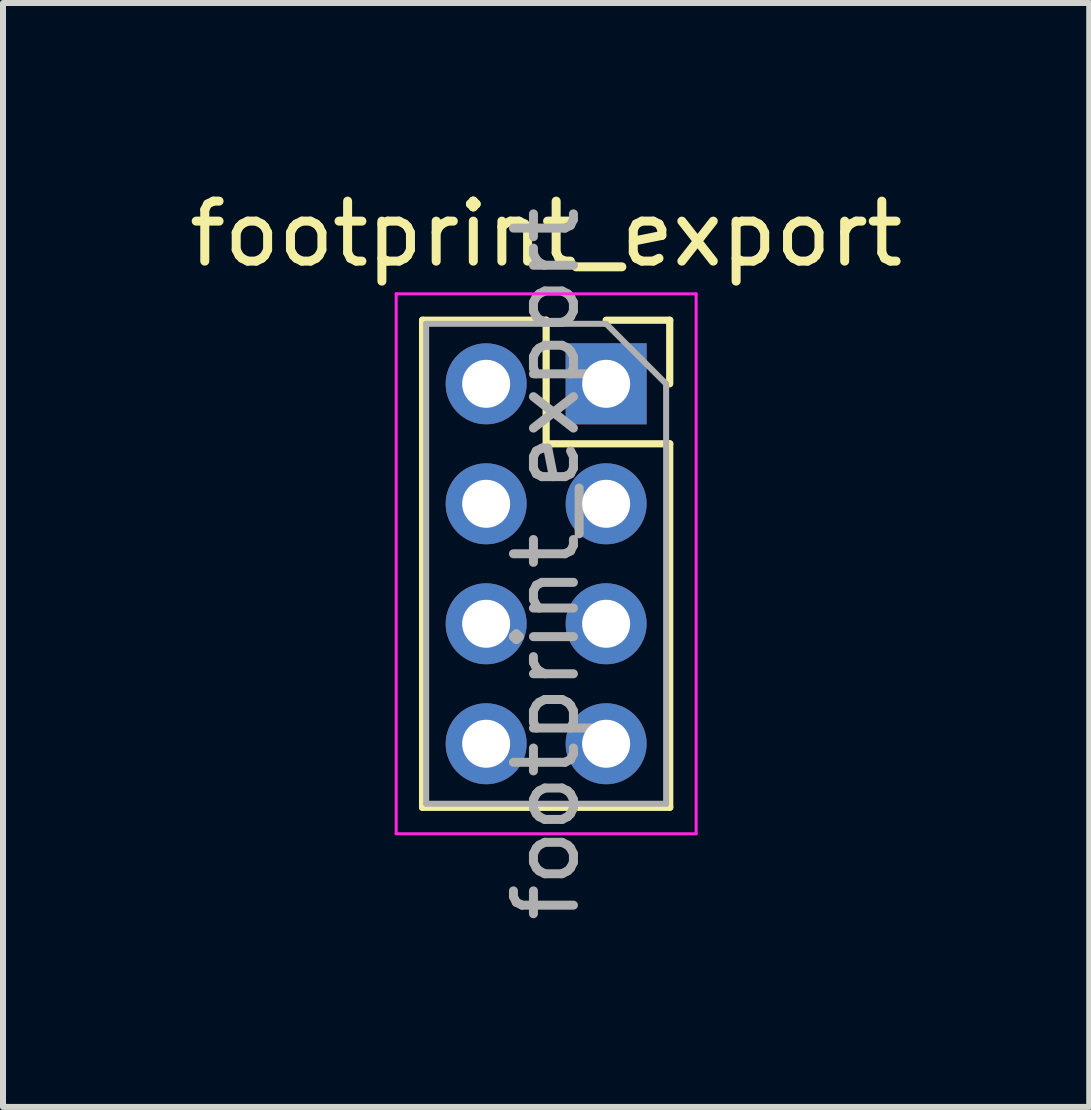
<source format=kicad_pcb>
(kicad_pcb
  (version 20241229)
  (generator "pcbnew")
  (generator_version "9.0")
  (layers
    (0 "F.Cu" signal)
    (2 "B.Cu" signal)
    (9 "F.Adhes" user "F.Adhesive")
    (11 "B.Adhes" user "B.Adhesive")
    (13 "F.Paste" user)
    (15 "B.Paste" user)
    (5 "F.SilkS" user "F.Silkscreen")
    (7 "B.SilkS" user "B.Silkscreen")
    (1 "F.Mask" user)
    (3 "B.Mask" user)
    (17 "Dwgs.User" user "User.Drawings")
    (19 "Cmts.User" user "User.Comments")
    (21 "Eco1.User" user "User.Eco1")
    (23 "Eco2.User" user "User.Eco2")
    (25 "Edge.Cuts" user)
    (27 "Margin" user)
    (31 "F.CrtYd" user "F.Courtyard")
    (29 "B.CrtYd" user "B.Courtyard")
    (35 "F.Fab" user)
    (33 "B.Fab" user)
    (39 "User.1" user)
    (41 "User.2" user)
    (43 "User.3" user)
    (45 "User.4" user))
  (footprint "footprint_export"
    (layer "F.Cu")
    (at 7.054 3.348)
    (property "Reference" "footprint_export" (at -1 -2.5 0) (layer "F.SilkS") (effects (font (size 1 1) (thickness 0.15))))
    (attr through_hole)
    (fp_line (start -3.06 -1.06) (end -3.06 7.06) (stroke (width 0.12) (type solid)) (layer "F.SilkS"))
    (fp_line (start -3.06 -1.06) (end -1 -1.06) (stroke (width 0.12) (type solid)) (layer "F.SilkS"))
    (fp_line (start -3.06 7.06) (end 1.06 7.06) (stroke (width 0.12) (type solid)) (layer "F.SilkS"))
    (fp_line (start -1 -1.06) (end -1 1) (stroke (width 0.12) (type solid)) (layer "F.SilkS"))
    (fp_line (start -1 1) (end 1.06 1) (stroke (width 0.12) (type solid)) (layer "F.SilkS"))
    (fp_line (start 0 -1.06) (end 1.06 -1.06) (stroke (width 0.12) (type solid)) (layer "F.SilkS"))
    (fp_line (start 1.06 -1.06) (end 1.06 0) (stroke (width 0.12) (type solid)) (layer "F.SilkS"))
    (fp_line (start 1.06 1) (end 1.06 7.06) (stroke (width 0.12) (type solid)) (layer "F.SilkS"))
    (fp_line (start -3.5 -1.5) (end 1.5 -1.5) (stroke (width 0.05) (type solid)) (layer "F.CrtYd"))
    (fp_line (start -3.5 7.5) (end -3.5 -1.5) (stroke (width 0.05) (type solid)) (layer "F.CrtYd"))
    (fp_line (start 1.5 -1.5) (end 1.5 7.5) (stroke (width 0.05) (type solid)) (layer "F.CrtYd"))
    (fp_line (start 1.5 7.5) (end -3.5 7.5) (stroke (width 0.05) (type solid)) (layer "F.CrtYd"))
    (fp_line (start -3 -1) (end 0 -1) (stroke (width 0.1) (type solid)) (layer "F.Fab"))
    (fp_line (start -3 7) (end -3 -1) (stroke (width 0.1) (type solid)) (layer "F.Fab"))
    (fp_line (start 0 -1) (end 1 0) (stroke (width 0.1) (type solid)) (layer "F.Fab"))
    (fp_line (start 1 0) (end 1 7) (stroke (width 0.1) (type solid)) (layer "F.Fab"))
    (fp_line (start 1 7) (end -3 7) (stroke (width 0.1) (type solid)) (layer "F.Fab"))
    (fp_text user "${REFERENCE}" (at -1 3 90) (layer "F.Fab") (effects (font (size 1 1) (thickness 0.15))))
    (pad "1" thru_hole rect (at 0 0) (size 1.35 1.35) (drill 0.8) (layers "*.Cu" "*.Mask"))
    (pad "2" thru_hole oval (at -2 0) (size 1.35 1.35) (drill 0.8) (layers "*.Cu" "*.Mask"))
    (pad "3" thru_hole oval (at 0 2) (size 1.35 1.35) (drill 0.8) (layers "*.Cu" "*.Mask"))
    (pad "4" thru_hole oval (at -2 2) (size 1.35 1.35) (drill 0.8) (layers "*.Cu" "*.Mask"))
    (pad "5" thru_hole oval (at 0 4) (size 1.35 1.35) (drill 0.8) (layers "*.Cu" "*.Mask"))
    (pad "6" thru_hole oval (at -2 4) (size 1.35 1.35) (drill 0.8) (layers "*.Cu" "*.Mask"))
    (pad "7" thru_hole oval (at 0 6) (size 1.35 1.35) (drill 0.8) (layers "*.Cu" "*.Mask"))
    (pad "8" thru_hole oval (at -2 6) (size 1.35 1.35) (drill 0.8) (layers "*.Cu" "*.Mask")))
  (gr_rect
    (start -3 -3)
    (end 15.107 15.402)
    (stroke (width 0.1) (type default))
    (fill no)
    (layer "Edge.Cuts")))
</source>
